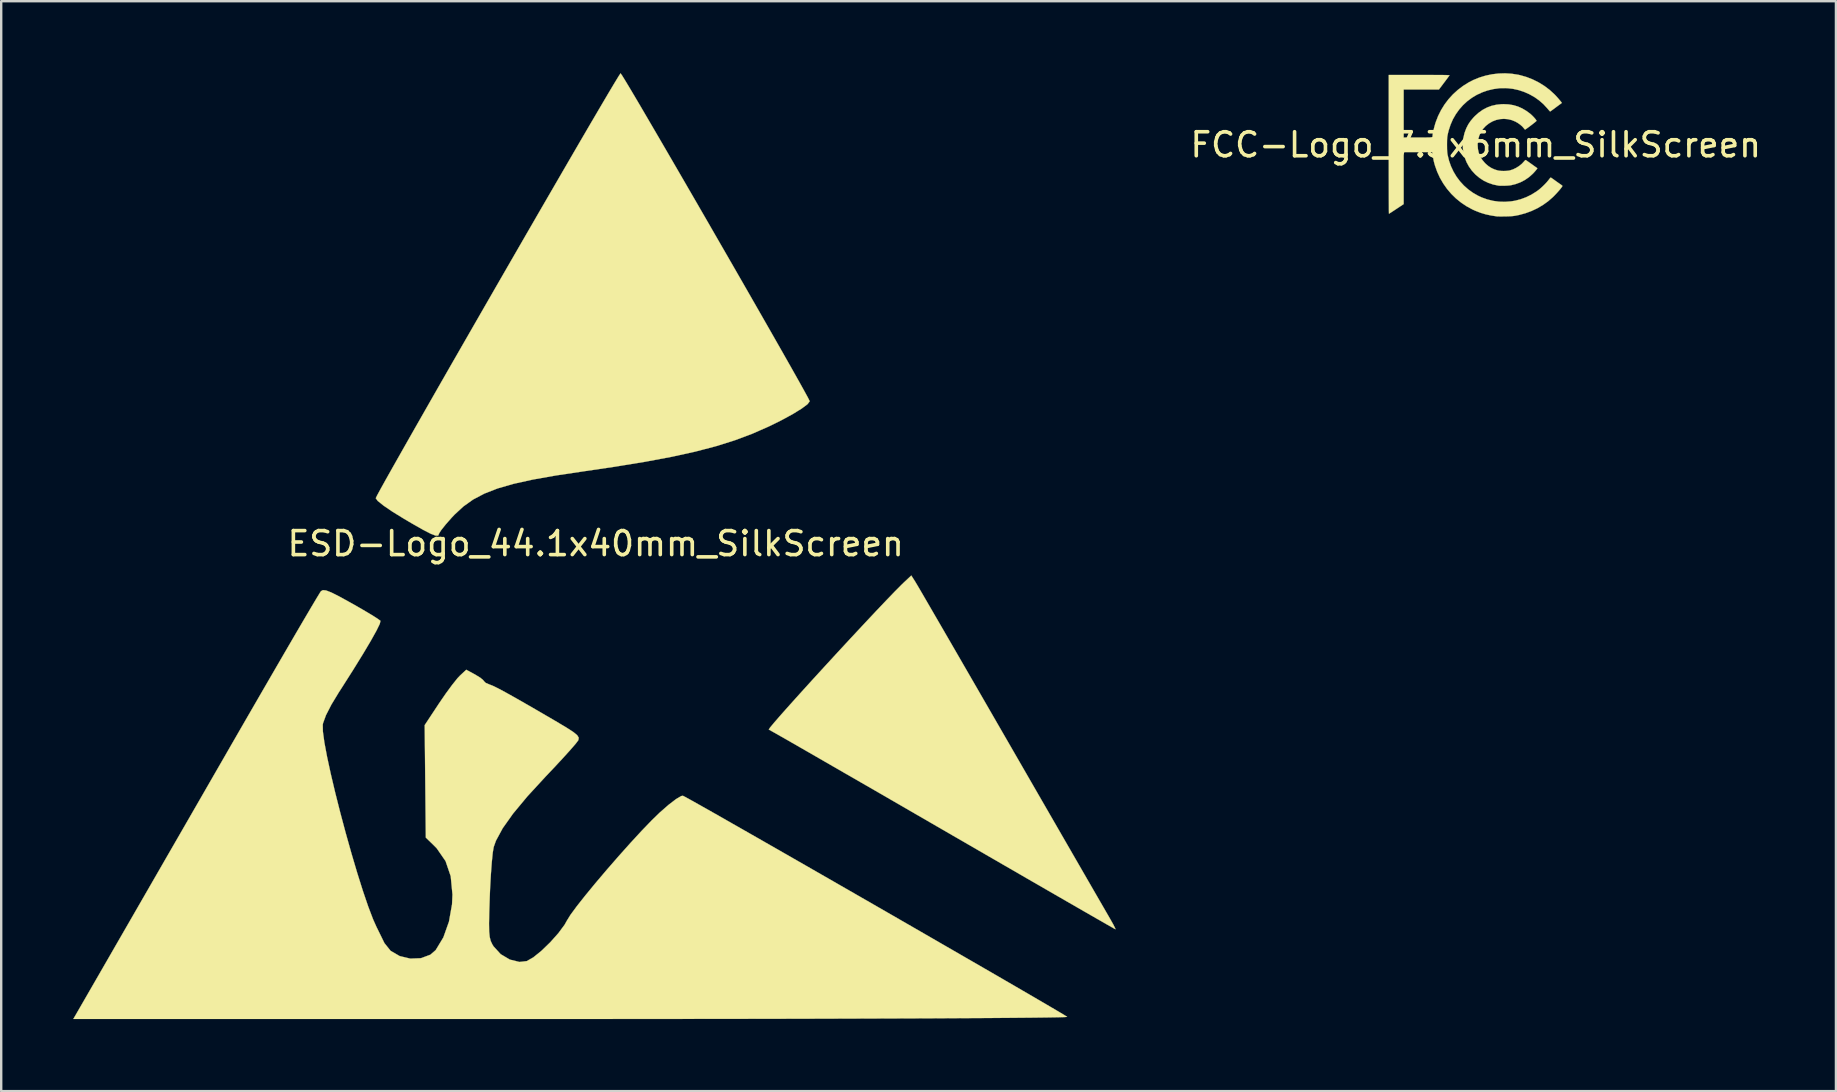
<source format=kicad_pcb>
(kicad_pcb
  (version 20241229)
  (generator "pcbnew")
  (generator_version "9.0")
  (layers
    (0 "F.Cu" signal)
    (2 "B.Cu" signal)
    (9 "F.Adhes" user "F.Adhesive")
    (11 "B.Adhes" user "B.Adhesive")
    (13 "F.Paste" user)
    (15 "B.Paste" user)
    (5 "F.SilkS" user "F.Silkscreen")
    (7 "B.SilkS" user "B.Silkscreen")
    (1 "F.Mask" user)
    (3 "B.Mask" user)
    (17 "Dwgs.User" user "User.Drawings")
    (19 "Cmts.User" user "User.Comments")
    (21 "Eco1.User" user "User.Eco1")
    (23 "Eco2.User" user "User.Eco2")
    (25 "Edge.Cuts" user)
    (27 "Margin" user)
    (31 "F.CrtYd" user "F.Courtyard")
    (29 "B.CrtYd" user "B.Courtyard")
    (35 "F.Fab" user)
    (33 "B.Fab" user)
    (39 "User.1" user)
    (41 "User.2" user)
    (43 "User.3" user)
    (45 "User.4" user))
  (footprint "ESD-Logo_44.1x40mm_SilkScreen"
    (layer "F.Cu")
    (at 21.767 19.599)
    (property "Reference" "ESD-Logo_44.1x40mm_SilkScreen" (at 0 0 0) (layer "F.SilkS") (effects (font (size 1 1) (thickness 0.15))))
    (attr exclude_from_pos_files exclude_from_bom)
    (fp_poly (pts (xy 13.304 1.571) (xy 13.38 1.698) (xy 13.552 1.991) (xy 13.809 2.434) (xy 14.145 3.013) (xy 14.551 3.713) (xy 15.018 4.52) (xy 15.537 5.418) (xy 16.101 6.394) (xy 16.7 7.432) (xy 17.317 8.501) (xy 17.947 9.593) (xy 18.551 10.641) (xy 19.122 11.631) (xy 19.65 12.546) (xy 20.127 13.372) (xy 20.543 14.094) (xy 20.891 14.696) (xy 21.161 15.163) (xy 21.344 15.48) (xy 21.43 15.629) (xy 21.571 15.88) (xy 21.648 16.037) (xy 21.652 16.065) (xy 21.559 16.013) (xy 21.3 15.866) (xy 20.888 15.63) (xy 20.338 15.314) (xy 19.663 14.925) (xy 18.875 14.471) (xy 17.99 13.96) (xy 17.02 13.399) (xy 15.979 12.797) (xy 14.88 12.162) (xy 14.462 11.92) (xy 13.344 11.273) (xy 12.277 10.656) (xy 11.275 10.077) (xy 10.351 9.545) (xy 9.52 9.066) (xy 8.795 8.648) (xy 8.189 8.3) (xy 7.717 8.03) (xy 7.391 7.845) (xy 7.227 7.753) (xy 7.21 7.745) (xy 7.26 7.666) (xy 7.434 7.456) (xy 7.715 7.133) (xy 8.085 6.717) (xy 8.525 6.228) (xy 9.018 5.685) (xy 9.547 5.107) (xy 10.093 4.513) (xy 10.638 3.924) (xy 11.166 3.358) (xy 11.657 2.834) (xy 12.095 2.373) (xy 12.461 1.993) (xy 12.738 1.714) (xy 12.833 1.622) (xy 13.148 1.327) (xy 13.304 1.571)) (stroke (width 0.01) (type solid)) (fill yes) (layer "F.SilkS"))
    (fp_poly (pts (xy 1.098 -19.507) (xy 1.252 -19.257) (xy 1.49 -18.86) (xy 1.801 -18.334) (xy 2.175 -17.695) (xy 2.604 -16.961) (xy 3.078 -16.147) (xy 3.586 -15.272) (xy 4.119 -14.352) (xy 4.667 -13.404) (xy 5.22 -12.444) (xy 5.77 -11.49) (xy 6.305 -10.559) (xy 6.816 -9.667) (xy 7.294 -8.831) (xy 7.729 -8.068) (xy 8.111 -7.395) (xy 8.43 -6.829) (xy 8.676 -6.387) (xy 8.841 -6.086) (xy 8.913 -5.942) (xy 8.916 -5.933) (xy 8.826 -5.811) (xy 8.576 -5.624) (xy 8.195 -5.39) (xy 7.713 -5.129) (xy 7.209 -4.881) (xy 6.524 -4.58) (xy 5.802 -4.309) (xy 5.021 -4.063) (xy 4.154 -3.836) (xy 3.178 -3.621) (xy 2.067 -3.413) (xy 0.796 -3.205) (xy -0.519 -3.011) (xy -1.661 -2.84) (xy -2.62 -2.67) (xy -3.421 -2.493) (xy -4.086 -2.301) (xy -4.64 -2.085) (xy -5.108 -1.838) (xy -5.512 -1.55) (xy -5.878 -1.212) (xy -5.996 -1.087) (xy -6.252 -0.796) (xy -6.441 -0.558) (xy -6.529 -0.418) (xy -6.531 -0.406) (xy -6.562 -0.336) (xy -6.669 -0.335) (xy -6.873 -0.413) (xy -7.196 -0.58) (xy -7.66 -0.844) (xy -7.983 -1.034) (xy -8.464 -1.33) (xy -8.838 -1.585) (xy -9.079 -1.778) (xy -9.163 -1.892) (xy -9.163 -1.893) (xy -9.111 -2.001) (xy -8.964 -2.273) (xy -8.73 -2.694) (xy -8.418 -3.248) (xy -8.037 -3.921) (xy -7.595 -4.699) (xy -7.101 -5.565) (xy -6.563 -6.507) (xy -5.99 -7.507) (xy -5.389 -8.553) (xy -4.771 -9.628) (xy -4.143 -10.719) (xy -3.514 -11.81) (xy -2.893 -12.886) (xy -2.287 -13.934) (xy -1.706 -14.936) (xy -1.158 -15.881) (xy -0.652 -16.751) (xy -0.196 -17.532) (xy 0.202 -18.21) (xy 0.532 -18.77) (xy 0.787 -19.197) (xy 0.957 -19.476) (xy 1.034 -19.592) (xy 1.037 -19.594) (xy 1.098 -19.507)) (stroke (width 0.01) (type solid)) (fill yes) (layer "F.SilkS"))
    (fp_poly (pts (xy -11.232 1.949) (xy -11.014 2.033) (xy -10.682 2.2) (xy -10.206 2.463) (xy -10.169 2.483) (xy -9.73 2.734) (xy -9.359 2.954) (xy -9.094 3.121) (xy -8.97 3.212) (xy -8.966 3.216) (xy -8.996 3.343) (xy -9.134 3.625) (xy -9.37 4.049) (xy -9.696 4.597) (xy -10.103 5.256) (xy -10.581 6.008) (xy -10.701 6.193) (xy -11.011 6.705) (xy -11.237 7.146) (xy -11.358 7.476) (xy -11.371 7.541) (xy -11.365 7.827) (xy -11.303 8.282) (xy -11.192 8.875) (xy -11.04 9.578) (xy -10.855 10.361) (xy -10.644 11.196) (xy -10.415 12.053) (xy -10.176 12.903) (xy -9.935 13.717) (xy -9.699 14.466) (xy -9.476 15.12) (xy -9.274 15.651) (xy -9.133 15.966) (xy -8.968 16.301) (xy -8.811 16.622) (xy -8.802 16.64) (xy -8.543 16.964) (xy -8.165 17.182) (xy -7.725 17.287) (xy -7.28 17.27) (xy -6.887 17.124) (xy -6.665 16.931) (xy -6.347 16.404) (xy -6.113 15.747) (xy -5.985 15.026) (xy -5.967 14.618) (xy -6.04 13.856) (xy -6.255 13.225) (xy -6.622 12.694) (xy -6.737 12.576) (xy -7.078 12.245) (xy -7.101 9.903) (xy -7.125 7.561) (xy -6.528 6.657) (xy -6.248 6.248) (xy -5.978 5.881) (xy -5.757 5.605) (xy -5.662 5.504) (xy -5.393 5.253) (xy -5.029 5.449) (xy -4.799 5.59) (xy -4.673 5.699) (xy -4.665 5.719) (xy -4.579 5.802) (xy -4.432 5.864) (xy -4.29 5.919) (xy -4.072 6.025) (xy -3.76 6.192) (xy -3.335 6.43) (xy -2.778 6.748) (xy -2.071 7.159) (xy -1.686 7.383) (xy -1.234 7.652) (xy -0.938 7.843) (xy -0.771 7.979) (xy -0.707 8.083) (xy -0.72 8.177) (xy -0.73 8.199) (xy -0.834 8.336) (xy -1.057 8.593) (xy -1.372 8.941) (xy -1.754 9.352) (xy -2.084 9.7) (xy -2.845 10.527) (xy -3.44 11.243) (xy -3.875 11.856) (xy -4.155 12.374) (xy -4.249 12.637) (xy -4.288 12.867) (xy -4.328 13.26) (xy -4.366 13.77) (xy -4.399 14.353) (xy -4.414 14.722) (xy -4.435 15.359) (xy -4.444 15.825) (xy -4.439 16.155) (xy -4.416 16.386) (xy -4.374 16.552) (xy -4.308 16.691) (xy -4.257 16.775) (xy -3.96 17.101) (xy -3.577 17.328) (xy -3.175 17.427) (xy -2.873 17.391) (xy -2.6 17.236) (xy -2.258 16.959) (xy -1.894 16.607) (xy -1.557 16.229) (xy -1.295 15.875) (xy -1.199 15.703) (xy -1.054 15.468) (xy -0.792 15.111) (xy -0.434 14.658) (xy -0.007 14.139) (xy 0.467 13.58) (xy 0.963 13.011) (xy 1.457 12.458) (xy 1.925 11.951) (xy 2.344 11.516) (xy 2.673 11.197) (xy 3.038 10.878) (xy 3.345 10.643) (xy 3.56 10.516) (xy 3.631 10.502) (xy 3.741 10.558) (xy 4.014 10.709) (xy 4.435 10.946) (xy 4.989 11.259) (xy 5.658 11.641) (xy 6.429 12.08) (xy 7.284 12.569) (xy 8.208 13.098) (xy 9.186 13.659) (xy 10.201 14.242) (xy 11.238 14.838) (xy 12.281 15.438) (xy 13.314 16.033) (xy 14.321 16.615) (xy 15.288 17.173) (xy 16.197 17.698) (xy 17.034 18.183) (xy 17.782 18.617) (xy 18.425 18.992) (xy 18.949 19.298) (xy 19.337 19.527) (xy 19.573 19.669) (xy 19.641 19.713) (xy 19.549 19.722) (xy 19.259 19.731) (xy 18.781 19.739) (xy 18.125 19.747) (xy 17.3 19.754) (xy 16.316 19.762) (xy 15.182 19.768) (xy 13.909 19.775) (xy 12.505 19.78) (xy 10.981 19.785) (xy 9.346 19.79) (xy 7.61 19.794) (xy 5.782 19.797) (xy 3.873 19.799) (xy 1.891 19.801) (xy -0.153 19.802) (xy -1.011 19.802) (xy -21.762 19.802) (xy -20.282 17.236) (xy -19.969 16.692) (xy -19.566 15.993) (xy -19.086 15.16) (xy -18.543 14.218) (xy -17.951 13.19) (xy -17.322 12.1) (xy -16.671 10.97) (xy -16.011 9.824) (xy -15.355 8.685) (xy -15.19 8.398) (xy -14.585 7.349) (xy -14.008 6.351) (xy -13.468 5.419) (xy -12.974 4.568) (xy -12.534 3.812) (xy -12.156 3.166) (xy -11.849 2.645) (xy -11.623 2.265) (xy -11.485 2.039) (xy -11.447 1.982) (xy -11.366 1.936) (xy -11.232 1.949)) (stroke (width 0.01) (type solid)) (fill yes) (layer "F.SilkS")))
  (footprint "FCC-Logo_7.3x6mm_SilkScreen"
    (layer "F.Cu")
    (at 58.43 2.983)
    (property "Reference" "FCC-Logo_7.3x6mm_SilkScreen" (at 0 0 0) (layer "F.SilkS") (effects (font (size 1 1) (thickness 0.15))))
    (attr exclude_from_pos_files exclude_from_bom)
    (fp_poly (pts (xy 1.372 -1.684) (xy 1.569 -1.651) (xy 1.755 -1.596) (xy 1.935 -1.516) (xy 2.11 -1.412) (xy 2.265 -1.298) (xy 2.312 -1.257) (xy 2.362 -1.209) (xy 2.412 -1.158) (xy 2.458 -1.107) (xy 2.496 -1.061) (xy 2.522 -1.024) (xy 2.533 -1.001) (xy 2.533 -1) (xy 2.523 -0.988) (xy 2.495 -0.963) (xy 2.454 -0.928) (xy 2.401 -0.887) (xy 2.343 -0.841) (xy 2.281 -0.794) (xy 2.22 -0.748) (xy 2.163 -0.707) (xy 2.115 -0.672) (xy 2.079 -0.648) (xy 2.058 -0.636) (xy 2.055 -0.635) (xy 2.042 -0.645) (xy 2.019 -0.67) (xy 2.004 -0.69) (xy 1.936 -0.767) (xy 1.848 -0.843) (xy 1.745 -0.915) (xy 1.646 -0.971) (xy 1.494 -1.032) (xy 1.335 -1.069) (xy 1.173 -1.082) (xy 1.01 -1.071) (xy 0.85 -1.035) (xy 0.697 -0.976) (xy 0.695 -0.975) (xy 0.546 -0.888) (xy 0.415 -0.784) (xy 0.304 -0.664) (xy 0.214 -0.529) (xy 0.146 -0.381) (xy 0.102 -0.222) (xy 0.081 -0.054) (xy 0.079 0.004) (xy 0.091 0.175) (xy 0.126 0.335) (xy 0.185 0.483) (xy 0.268 0.622) (xy 0.376 0.751) (xy 0.42 0.795) (xy 0.532 0.89) (xy 0.648 0.964) (xy 0.775 1.023) (xy 0.914 1.067) (xy 0.985 1.08) (xy 1.072 1.088) (xy 1.169 1.09) (xy 1.265 1.087) (xy 1.354 1.079) (xy 1.421 1.067) (xy 1.552 1.024) (xy 1.683 0.961) (xy 1.807 0.883) (xy 1.917 0.794) (xy 1.999 0.707) (xy 2.036 0.665) (xy 2.065 0.639) (xy 2.082 0.632) (xy 2.083 0.632) (xy 2.096 0.641) (xy 2.128 0.663) (xy 2.173 0.695) (xy 2.228 0.734) (xy 2.289 0.777) (xy 2.352 0.822) (xy 2.413 0.866) (xy 2.469 0.906) (xy 2.516 0.939) (xy 2.549 0.962) (xy 2.565 0.974) (xy 2.565 0.974) (xy 2.561 0.987) (xy 2.543 1.015) (xy 2.513 1.053) (xy 2.475 1.099) (xy 2.432 1.147) (xy 2.388 1.194) (xy 2.373 1.209) (xy 2.216 1.349) (xy 2.043 1.467) (xy 1.856 1.564) (xy 1.657 1.637) (xy 1.478 1.681) (xy 1.414 1.691) (xy 1.333 1.698) (xy 1.242 1.703) (xy 1.149 1.706) (xy 1.061 1.706) (xy 0.986 1.703) (xy 0.939 1.698) (xy 0.724 1.653) (xy 0.523 1.585) (xy 0.335 1.495) (xy 0.16 1.381) (xy -0.003 1.245) (xy -0.022 1.227) (xy -0.164 1.072) (xy -0.284 0.903) (xy -0.382 0.723) (xy -0.457 0.534) (xy -0.508 0.338) (xy -0.536 0.136) (xy -0.54 -0.068) (xy -0.518 -0.273) (xy -0.471 -0.476) (xy -0.457 -0.522) (xy -0.392 -0.693) (xy -0.313 -0.848) (xy -0.216 -0.992) (xy -0.098 -1.132) (xy -0.035 -1.198) (xy 0.127 -1.342) (xy 0.296 -1.461) (xy 0.475 -1.555) (xy 0.663 -1.625) (xy 0.862 -1.67) (xy 1.072 -1.692) (xy 1.164 -1.694) (xy 1.372 -1.684)) (stroke (width 0.01) (type solid)) (fill yes) (layer "F.SilkS"))
    (fp_poly (pts (xy 1.496 -2.961) (xy 1.764 -2.92) (xy 1.845 -2.902) (xy 2.114 -2.825) (xy 2.374 -2.723) (xy 2.623 -2.599) (xy 2.86 -2.452) (xy 3.081 -2.285) (xy 3.28 -2.103) (xy 3.323 -2.059) (xy 3.37 -2.008) (xy 3.42 -1.952) (xy 3.468 -1.896) (xy 3.512 -1.844) (xy 3.548 -1.8) (xy 3.574 -1.766) (xy 3.585 -1.748) (xy 3.585 -1.746) (xy 3.575 -1.736) (xy 3.549 -1.716) (xy 3.529 -1.701) (xy 3.499 -1.68) (xy 3.453 -1.646) (xy 3.396 -1.604) (xy 3.333 -1.557) (xy 3.291 -1.525) (xy 3.231 -1.481) (xy 3.178 -1.442) (xy 3.136 -1.412) (xy 3.108 -1.394) (xy 3.099 -1.389) (xy 3.087 -1.399) (xy 3.062 -1.425) (xy 3.028 -1.464) (xy 2.986 -1.513) (xy 2.979 -1.522) (xy 2.817 -1.697) (xy 2.637 -1.853) (xy 2.442 -1.991) (xy 2.233 -2.108) (xy 2.014 -2.205) (xy 1.787 -2.28) (xy 1.553 -2.332) (xy 1.316 -2.359) (xy 1.078 -2.362) (xy 0.985 -2.357) (xy 0.733 -2.322) (xy 0.491 -2.264) (xy 0.26 -2.183) (xy 0.041 -2.081) (xy -0.165 -1.957) (xy -0.356 -1.814) (xy -0.531 -1.652) (xy -0.689 -1.472) (xy -0.829 -1.277) (xy -0.95 -1.066) (xy -1.049 -0.84) (xy -1.127 -0.602) (xy -1.161 -0.464) (xy -1.173 -0.406) (xy -1.182 -0.355) (xy -1.188 -0.306) (xy -1.192 -0.253) (xy -1.195 -0.19) (xy -1.196 -0.113) (xy -1.197 -0.016) (xy -1.197 -0.007) (xy -1.196 0.103) (xy -1.195 0.191) (xy -1.191 0.264) (xy -1.186 0.325) (xy -1.179 0.381) (xy -1.173 0.417) (xy -1.114 0.66) (xy -1.032 0.893) (xy -0.928 1.115) (xy -0.803 1.324) (xy -0.658 1.518) (xy -0.494 1.697) (xy -0.312 1.858) (xy -0.115 2) (xy 0.098 2.122) (xy 0.247 2.191) (xy 0.484 2.276) (xy 0.725 2.335) (xy 0.97 2.368) (xy 1.218 2.375) (xy 1.468 2.356) (xy 1.643 2.328) (xy 1.872 2.268) (xy 2.098 2.184) (xy 2.317 2.077) (xy 2.526 1.947) (xy 2.611 1.886) (xy 2.692 1.82) (xy 2.781 1.739) (xy 2.87 1.652) (xy 2.953 1.564) (xy 3.022 1.482) (xy 3.037 1.463) (xy 3.07 1.419) (xy 3.099 1.385) (xy 3.118 1.366) (xy 3.123 1.363) (xy 3.138 1.37) (xy 3.169 1.39) (xy 3.213 1.421) (xy 3.266 1.458) (xy 3.284 1.472) (xy 3.348 1.518) (xy 3.414 1.565) (xy 3.474 1.607) (xy 3.52 1.639) (xy 3.522 1.64) (xy 3.564 1.67) (xy 3.595 1.694) (xy 3.61 1.71) (xy 3.611 1.712) (xy 3.603 1.734) (xy 3.578 1.771) (xy 3.54 1.821) (xy 3.491 1.881) (xy 3.433 1.947) (xy 3.37 2.017) (xy 3.304 2.087) (xy 3.237 2.155) (xy 3.213 2.179) (xy 3.016 2.351) (xy 2.8 2.506) (xy 2.569 2.642) (xy 2.324 2.757) (xy 2.068 2.851) (xy 1.803 2.923) (xy 1.667 2.95) (xy 1.595 2.962) (xy 1.523 2.97) (xy 1.444 2.976) (xy 1.353 2.98) (xy 1.243 2.983) (xy 1.217 2.983) (xy 1.13 2.984) (xy 1.049 2.985) (xy 0.979 2.984) (xy 0.925 2.983) (xy 0.892 2.982) (xy 0.886 2.982) (xy 0.638 2.944) (xy 0.408 2.894) (xy 0.19 2.828) (xy -0.023 2.745) (xy -0.139 2.692) (xy -0.382 2.56) (xy -0.61 2.407) (xy -0.823 2.235) (xy -1.018 2.044) (xy -1.196 1.835) (xy -1.353 1.612) (xy -1.491 1.374) (xy -1.606 1.124) (xy -1.699 0.863) (xy -1.733 0.741) (xy -1.743 0.701) (xy -1.752 0.66) (xy -1.761 0.613) (xy -1.772 0.555) (xy -1.784 0.482) (xy -1.8 0.39) (xy -1.807 0.347) (xy -1.814 0.304) (xy -3.003 0.304) (xy -3.003 2.47) (xy -3.304 2.67) (xy -3.384 2.723) (xy -3.456 2.77) (xy -3.518 2.811) (xy -3.567 2.842) (xy -3.601 2.863) (xy -3.615 2.871) (xy -3.615 2.871) (xy -3.616 2.858) (xy -3.617 2.819) (xy -3.618 2.757) (xy -3.619 2.672) (xy -3.619 2.565) (xy -3.62 2.438) (xy -3.621 2.291) (xy -3.622 2.126) (xy -3.622 1.945) (xy -3.623 1.748) (xy -3.623 1.536) (xy -3.624 1.311) (xy -3.624 1.074) (xy -3.624 0.826) (xy -3.625 0.568) (xy -3.625 0.302) (xy -3.625 0.029) (xy -3.625 -0.02) (xy -3.625 -2.91) (xy -2.354 -2.91) (xy -2.135 -2.91) (xy -1.941 -2.91) (xy -1.771 -2.91) (xy -1.624 -2.909) (xy -1.498 -2.909) (xy -1.391 -2.908) (xy -1.304 -2.907) (xy -1.233 -2.905) (xy -1.179 -2.904) (xy -1.139 -2.902) (xy -1.112 -2.9) (xy -1.097 -2.897) (xy -1.093 -2.894) (xy -1.093 -2.894) (xy -1.104 -2.879) (xy -1.128 -2.846) (xy -1.163 -2.798) (xy -1.208 -2.738) (xy -1.26 -2.668) (xy -1.318 -2.591) (xy -1.319 -2.59) (xy -1.535 -2.302) (xy -3.003 -2.302) (xy -3.003 -0.304) (xy -2.409 -0.304) (xy -2.266 -0.304) (xy -2.147 -0.304) (xy -2.05 -0.305) (xy -1.973 -0.306) (xy -1.914 -0.308) (xy -1.87 -0.311) (xy -1.838 -0.316) (xy -1.818 -0.322) (xy -1.806 -0.33) (xy -1.8 -0.341) (xy -1.799 -0.354) (xy -1.799 -0.371) (xy -1.799 -0.38) (xy -1.795 -0.423) (xy -1.785 -0.485) (xy -1.769 -0.563) (xy -1.749 -0.65) (xy -1.726 -0.741) (xy -1.701 -0.832) (xy -1.676 -0.916) (xy -1.667 -0.944) (xy -1.567 -1.201) (xy -1.444 -1.447) (xy -1.3 -1.68) (xy -1.135 -1.898) (xy -0.951 -2.101) (xy -0.748 -2.286) (xy -0.53 -2.452) (xy -0.296 -2.599) (xy -0.101 -2.699) (xy 0.15 -2.802) (xy 0.411 -2.882) (xy 0.679 -2.938) (xy 0.951 -2.97) (xy 1.225 -2.978) (xy 1.496 -2.961)) (stroke (width 0.01) (type solid)) (fill yes) (layer "F.SilkS")))
  (gr_rect
    (start -3 -3)
    (end 73.436 42.406)
    (stroke (width 0.1) (type default))
    (fill no)
    (layer "Edge.Cuts")))
</source>
